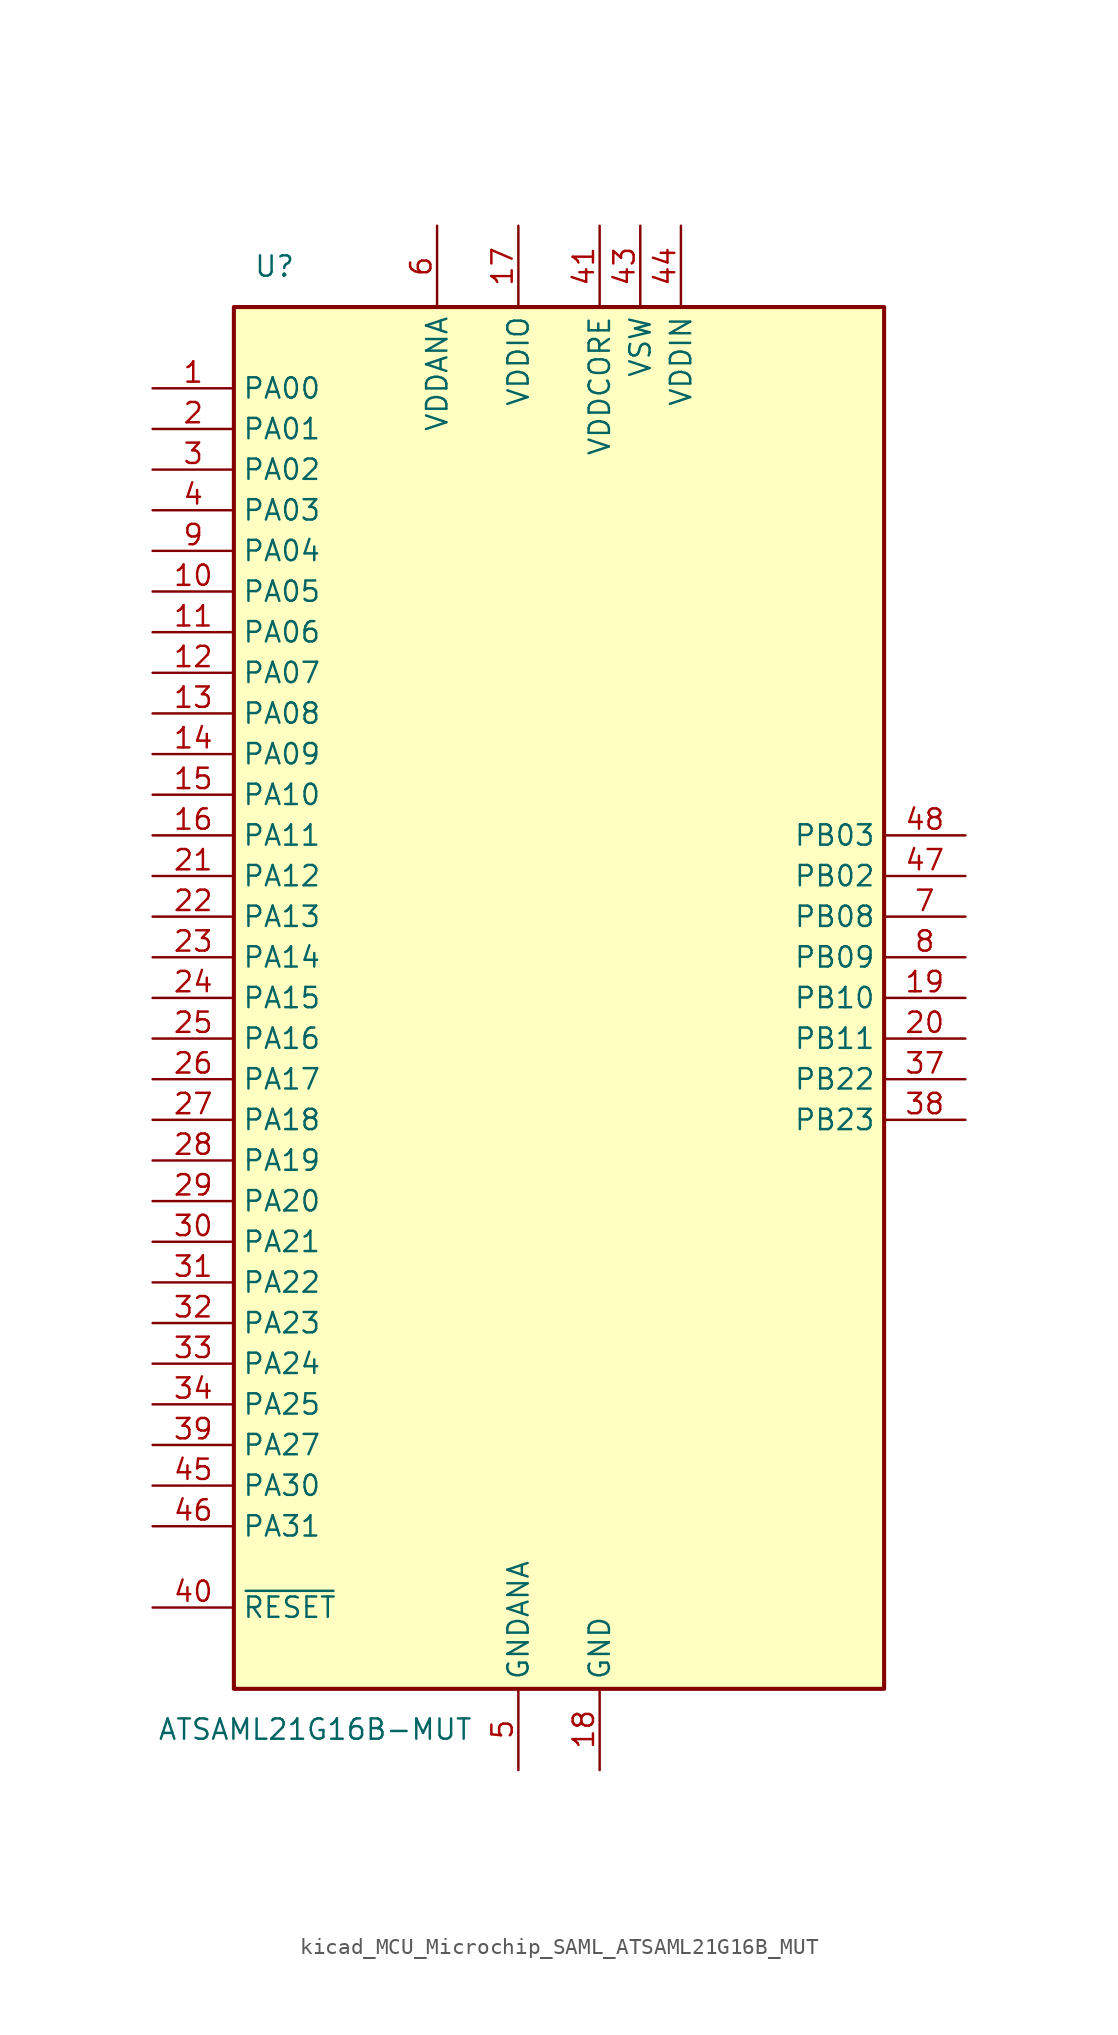
<source format=kicad_sym>
(kicad_symbol_lib
  (version 20220914)
  (generator kicad_symbol_editor)
  (symbol "kicad_MCU_Microchip_SAML_ATSAML21G16B_MUT"
    (property "Reference" "U"
      (at -17.78 45.72 0)
      (effects (font (size 1.27 1.27))))
    (property "Value" "ATSAML21G16B-MUT"
      (at -15.24 -45.72 0)
      (effects (font (size 1.27 1.27))))
    (symbol "kicad_MCU_Microchip_SAML_ATSAML21G16B_MUT_0_1"
      (rectangle (start -20.32 43.18) (end 20.32 -43.18) (stroke (width 0.254) (type default)) (fill (type background))))
    (symbol "kicad_MCU_Microchip_SAML_ATSAML21G16B_MUT_1_1"
      (pin bidirectional line (at -25.4 38.1 0) (length 5.08) (name "PA00" (effects (font (size 1.27 1.27)))) (number "1" (effects (font (size 1.27 1.27)))))
      (pin bidirectional line (at -25.4 25.4 0) (length 5.08) (name "PA05" (effects (font (size 1.27 1.27)))) (number "10" (effects (font (size 1.27 1.27)))))
      (pin bidirectional line (at -25.4 22.86 0) (length 5.08) (name "PA06" (effects (font (size 1.27 1.27)))) (number "11" (effects (font (size 1.27 1.27)))))
      (pin bidirectional line (at -25.4 20.32 0) (length 5.08) (name "PA07" (effects (font (size 1.27 1.27)))) (number "12" (effects (font (size 1.27 1.27)))))
      (pin bidirectional line (at -25.4 17.78 0) (length 5.08) (name "PA08" (effects (font (size 1.27 1.27)))) (number "13" (effects (font (size 1.27 1.27)))))
      (pin bidirectional line (at -25.4 15.24 0) (length 5.08) (name "PA09" (effects (font (size 1.27 1.27)))) (number "14" (effects (font (size 1.27 1.27)))))
      (pin bidirectional line (at -25.4 12.7 0) (length 5.08) (name "PA10" (effects (font (size 1.27 1.27)))) (number "15" (effects (font (size 1.27 1.27)))))
      (pin bidirectional line (at -25.4 10.16 0) (length 5.08) (name "PA11" (effects (font (size 1.27 1.27)))) (number "16" (effects (font (size 1.27 1.27)))))
      (pin power_in line (at -2.54 48.26 270) (length 5.08) (name "VDDIO" (effects (font (size 1.27 1.27)))) (number "17" (effects (font (size 1.27 1.27)))))
      (pin power_in line (at 2.54 -48.26 90) (length 5.08) (name "GND" (effects (font (size 1.27 1.27)))) (number "18" (effects (font (size 1.27 1.27)))))
      (pin bidirectional line (at 25.4 0 180) (length 5.08) (name "PB10" (effects (font (size 1.27 1.27)))) (number "19" (effects (font (size 1.27 1.27)))))
      (pin bidirectional line (at -25.4 35.56 0) (length 5.08) (name "PA01" (effects (font (size 1.27 1.27)))) (number "2" (effects (font (size 1.27 1.27)))))
      (pin bidirectional line (at 25.4 -2.54 180) (length 5.08) (name "PB11" (effects (font (size 1.27 1.27)))) (number "20" (effects (font (size 1.27 1.27)))))
      (pin bidirectional line (at -25.4 7.62 0) (length 5.08) (name "PA12" (effects (font (size 1.27 1.27)))) (number "21" (effects (font (size 1.27 1.27)))))
      (pin bidirectional line (at -25.4 5.08 0) (length 5.08) (name "PA13" (effects (font (size 1.27 1.27)))) (number "22" (effects (font (size 1.27 1.27)))))
      (pin bidirectional line (at -25.4 2.54 0) (length 5.08) (name "PA14" (effects (font (size 1.27 1.27)))) (number "23" (effects (font (size 1.27 1.27)))))
      (pin bidirectional line (at -25.4 0 0) (length 5.08) (name "PA15" (effects (font (size 1.27 1.27)))) (number "24" (effects (font (size 1.27 1.27)))))
      (pin bidirectional line (at -25.4 -2.54 0) (length 5.08) (name "PA16" (effects (font (size 1.27 1.27)))) (number "25" (effects (font (size 1.27 1.27)))))
      (pin bidirectional line (at -25.4 -5.08 0) (length 5.08) (name "PA17" (effects (font (size 1.27 1.27)))) (number "26" (effects (font (size 1.27 1.27)))))
      (pin bidirectional line (at -25.4 -7.62 0) (length 5.08) (name "PA18" (effects (font (size 1.27 1.27)))) (number "27" (effects (font (size 1.27 1.27)))))
      (pin bidirectional line (at -25.4 -10.16 0) (length 5.08) (name "PA19" (effects (font (size 1.27 1.27)))) (number "28" (effects (font (size 1.27 1.27)))))
      (pin bidirectional line (at -25.4 -12.7 0) (length 5.08) (name "PA20" (effects (font (size 1.27 1.27)))) (number "29" (effects (font (size 1.27 1.27)))))
      (pin bidirectional line (at -25.4 33.02 0) (length 5.08) (name "PA02" (effects (font (size 1.27 1.27)))) (number "3" (effects (font (size 1.27 1.27)))))
      (pin bidirectional line (at -25.4 -15.24 0) (length 5.08) (name "PA21" (effects (font (size 1.27 1.27)))) (number "30" (effects (font (size 1.27 1.27)))))
      (pin bidirectional line (at -25.4 -17.78 0) (length 5.08) (name "PA22" (effects (font (size 1.27 1.27)))) (number "31" (effects (font (size 1.27 1.27)))))
      (pin bidirectional line (at -25.4 -20.32 0) (length 5.08) (name "PA23" (effects (font (size 1.27 1.27)))) (number "32" (effects (font (size 1.27 1.27)))))
      (pin bidirectional line (at -25.4 -22.86 0) (length 5.08) (name "PA24" (effects (font (size 1.27 1.27)))) (number "33" (effects (font (size 1.27 1.27)))))
      (pin bidirectional line (at -25.4 -25.4 0) (length 5.08) (name "PA25" (effects (font (size 1.27 1.27)))) (number "34" (effects (font (size 1.27 1.27)))))
      (pin passive line (at 2.54 -48.26 90) (length 5.08) hide (name "GND" (effects (font (size 1.27 1.27)))) (number "35" (effects (font (size 1.27 1.27)))))
      (pin passive line (at -2.54 48.26 270) (length 5.08) hide (name "VDDIO" (effects (font (size 1.27 1.27)))) (number "36" (effects (font (size 1.27 1.27)))))
      (pin bidirectional line (at 25.4 -5.08 180) (length 5.08) (name "PB22" (effects (font (size 1.27 1.27)))) (number "37" (effects (font (size 1.27 1.27)))))
      (pin bidirectional line (at 25.4 -7.62 180) (length 5.08) (name "PB23" (effects (font (size 1.27 1.27)))) (number "38" (effects (font (size 1.27 1.27)))))
      (pin bidirectional line (at -25.4 -27.94 0) (length 5.08) (name "PA27" (effects (font (size 1.27 1.27)))) (number "39" (effects (font (size 1.27 1.27)))))
      (pin bidirectional line (at -25.4 30.48 0) (length 5.08) (name "PA03" (effects (font (size 1.27 1.27)))) (number "4" (effects (font (size 1.27 1.27)))))
      (pin input line (at -25.4 -38.1 0) (length 5.08) (name "~{RESET}" (effects (font (size 1.27 1.27)))) (number "40" (effects (font (size 1.27 1.27)))))
      (pin power_in line (at 2.54 48.26 270) (length 5.08) (name "VDDCORE" (effects (font (size 1.27 1.27)))) (number "41" (effects (font (size 1.27 1.27)))))
      (pin passive line (at 2.54 -48.26 90) (length 5.08) hide (name "GND" (effects (font (size 1.27 1.27)))) (number "42" (effects (font (size 1.27 1.27)))))
      (pin power_out line (at 5.08 48.26 270) (length 5.08) (name "VSW" (effects (font (size 1.27 1.27)))) (number "43" (effects (font (size 1.27 1.27)))))
      (pin power_in line (at 7.62 48.26 270) (length 5.08) (name "VDDIN" (effects (font (size 1.27 1.27)))) (number "44" (effects (font (size 1.27 1.27)))))
      (pin bidirectional line (at -25.4 -30.48 0) (length 5.08) (name "PA30" (effects (font (size 1.27 1.27)))) (number "45" (effects (font (size 1.27 1.27)))))
      (pin bidirectional line (at -25.4 -33.02 0) (length 5.08) (name "PA31" (effects (font (size 1.27 1.27)))) (number "46" (effects (font (size 1.27 1.27)))))
      (pin bidirectional line (at 25.4 7.62 180) (length 5.08) (name "PB02" (effects (font (size 1.27 1.27)))) (number "47" (effects (font (size 1.27 1.27)))))
      (pin bidirectional line (at 25.4 10.16 180) (length 5.08) (name "PB03" (effects (font (size 1.27 1.27)))) (number "48" (effects (font (size 1.27 1.27)))))
      (pin power_in line (at -2.54 -48.26 90) (length 5.08) (name "GNDANA" (effects (font (size 1.27 1.27)))) (number "5" (effects (font (size 1.27 1.27)))))
      (pin power_in line (at -7.62 48.26 270) (length 5.08) (name "VDDANA" (effects (font (size 1.27 1.27)))) (number "6" (effects (font (size 1.27 1.27)))))
      (pin bidirectional line (at 25.4 5.08 180) (length 5.08) (name "PB08" (effects (font (size 1.27 1.27)))) (number "7" (effects (font (size 1.27 1.27)))))
      (pin bidirectional line (at 25.4 2.54 180) (length 5.08) (name "PB09" (effects (font (size 1.27 1.27)))) (number "8" (effects (font (size 1.27 1.27)))))
      (pin bidirectional line (at -25.4 27.94 0) (length 5.08) (name "PA04" (effects (font (size 1.27 1.27)))) (number "9" (effects (font (size 1.27 1.27))))))))
</source>
